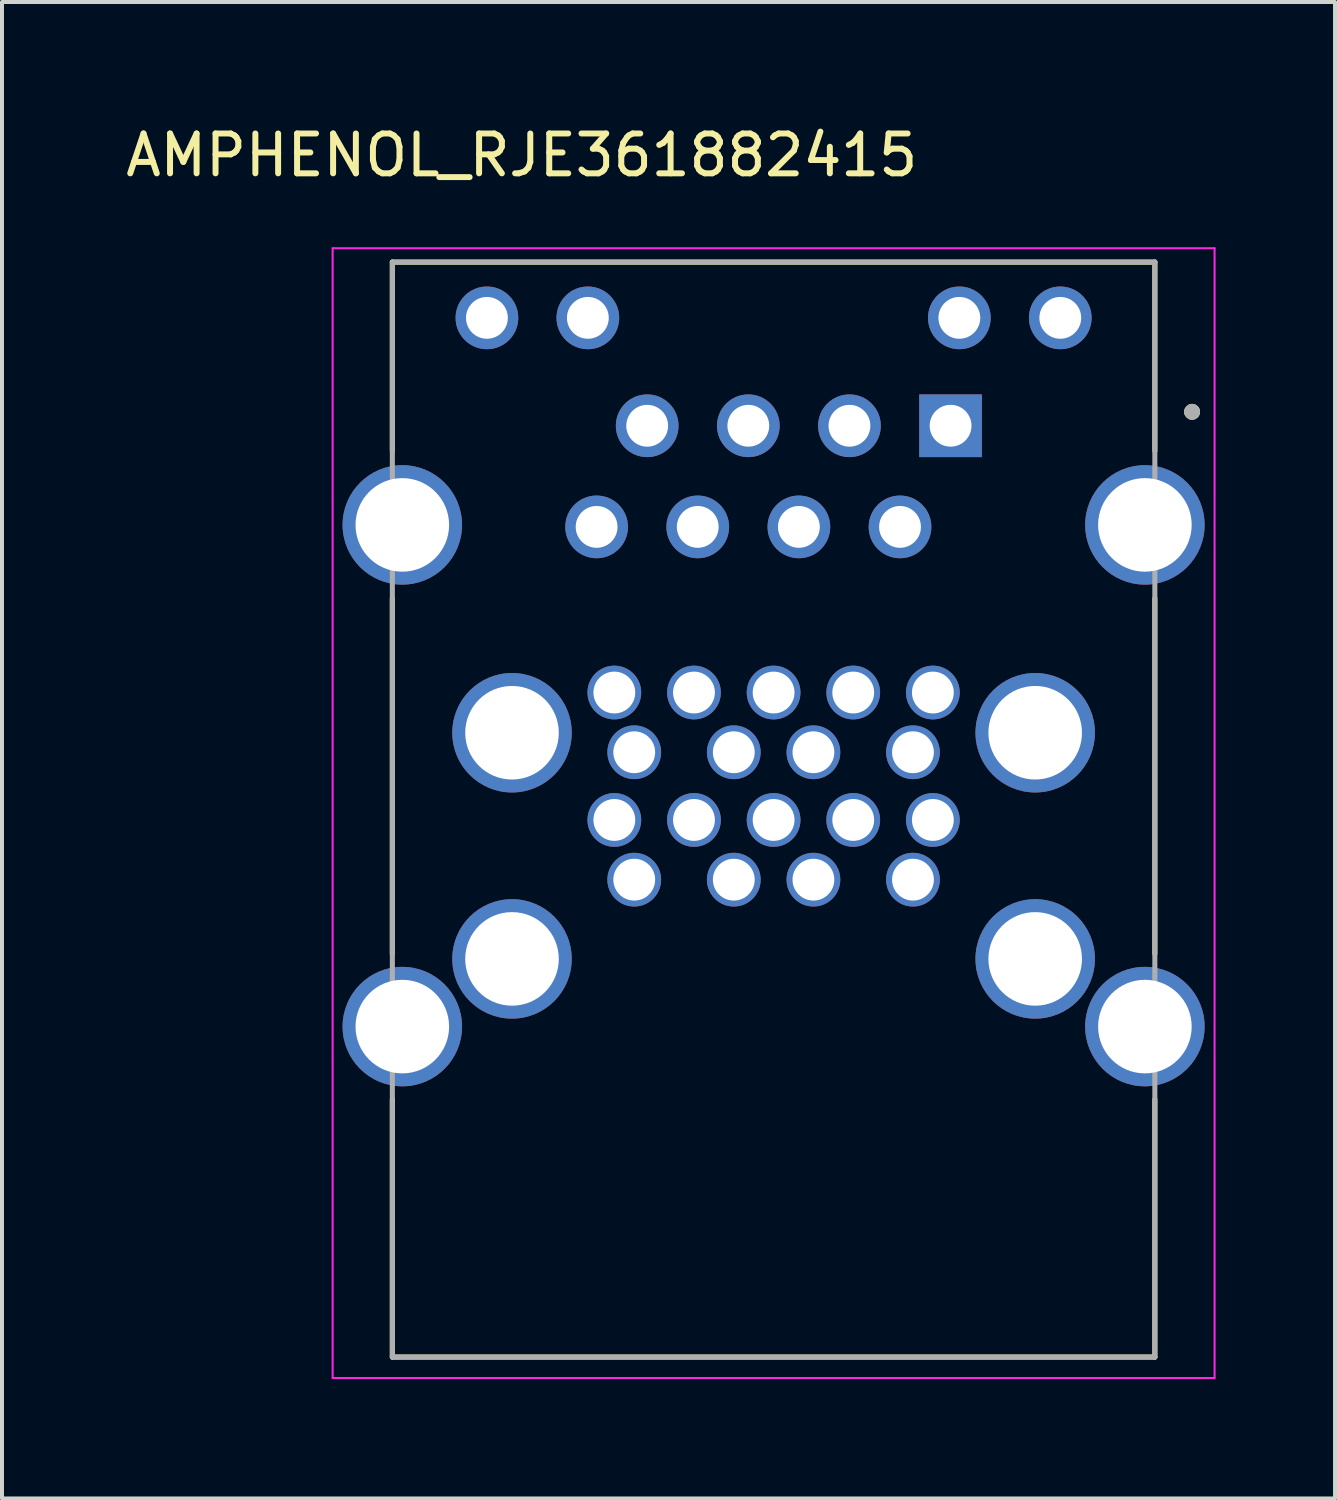
<source format=kicad_pcb>
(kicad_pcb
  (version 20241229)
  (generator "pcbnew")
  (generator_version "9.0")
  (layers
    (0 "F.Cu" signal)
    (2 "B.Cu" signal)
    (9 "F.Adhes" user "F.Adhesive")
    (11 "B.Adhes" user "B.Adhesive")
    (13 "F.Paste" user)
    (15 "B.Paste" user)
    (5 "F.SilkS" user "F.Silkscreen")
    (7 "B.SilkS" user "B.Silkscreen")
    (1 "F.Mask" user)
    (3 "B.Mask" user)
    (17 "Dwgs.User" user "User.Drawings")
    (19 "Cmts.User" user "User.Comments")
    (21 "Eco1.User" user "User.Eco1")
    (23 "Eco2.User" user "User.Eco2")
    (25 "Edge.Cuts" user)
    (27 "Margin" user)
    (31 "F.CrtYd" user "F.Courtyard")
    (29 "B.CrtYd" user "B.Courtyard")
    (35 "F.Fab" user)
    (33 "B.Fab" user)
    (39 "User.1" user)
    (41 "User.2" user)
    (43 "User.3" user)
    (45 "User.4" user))
  (footprint "AMPHENOL_RJE361882415"
    (layer "F.Cu")
    (at 16.379 22.733)
    (property "Reference" "AMPHENOL_RJE361882415" (at -6.325 -21.885 0) (layer "F.SilkS") (effects (font (size 1 1) (thickness 0.15))))
    (attr through_hole)
    (fp_line (start -9.575 -19.2) (end 9.575 -19.2) (stroke (width 0.127) (type solid)) (layer "F.SilkS"))
    (fp_line (start -9.575 -14.458) (end -9.575 -19.2) (stroke (width 0.127) (type solid)) (layer "F.SilkS"))
    (fp_line (start -9.575 -10.752) (end -9.575 -1.828) (stroke (width 0.127) (type solid)) (layer "F.SilkS"))
    (fp_line (start -9.575 8.3) (end -9.575 1.828) (stroke (width 0.127) (type solid)) (layer "F.SilkS"))
    (fp_line (start 9.575 -19.2) (end 9.575 -14.458) (stroke (width 0.127) (type solid)) (layer "F.SilkS"))
    (fp_line (start 9.575 -10.752) (end 9.575 -1.828) (stroke (width 0.127) (type solid)) (layer "F.SilkS"))
    (fp_line (start 9.575 8.3) (end -9.575 8.3) (stroke (width 0.127) (type solid)) (layer "F.SilkS"))
    (fp_line (start 9.575 8.3) (end 9.575 1.828) (stroke (width 0.127) (type solid)) (layer "F.SilkS"))
    (fp_circle (center 10.51 -15.44) (end 10.61 -15.44) (stroke (width 0.2) (type solid)) (fill no) (layer "F.SilkS"))
    (fp_line (start -11.075 -19.55) (end -11.075 8.825) (stroke (width 0.05) (type solid)) (layer "F.CrtYd"))
    (fp_line (start -11.075 8.825) (end 11.075 8.825) (stroke (width 0.05) (type solid)) (layer "F.CrtYd"))
    (fp_line (start 11.075 -19.55) (end -11.075 -19.55) (stroke (width 0.05) (type solid)) (layer "F.CrtYd"))
    (fp_line (start 11.075 8.825) (end 11.075 -19.55) (stroke (width 0.05) (type solid)) (layer "F.CrtYd"))
    (fp_line (start -9.575 -19.2) (end 9.575 -19.2) (stroke (width 0.127) (type solid)) (layer "F.Fab"))
    (fp_line (start -9.575 8.3) (end -9.575 -19.2) (stroke (width 0.127) (type solid)) (layer "F.Fab"))
    (fp_line (start 9.575 -19.2) (end 9.575 8.3) (stroke (width 0.127) (type solid)) (layer "F.Fab"))
    (fp_line (start 9.575 8.3) (end -9.575 8.3) (stroke (width 0.127) (type solid)) (layer "F.Fab"))
    (fp_circle (center 10.51 -15.44) (end 10.61 -15.44) (stroke (width 0.2) (type solid)) (fill no) (layer "F.Fab"))
    (pad "1" thru_hole rect (at 4.445 -15.09) (size 1.575 1.575) (drill 1.05) (layers "*.Cu" "*.Mask"))
    (pad "2" thru_hole circle (at 3.175 -12.55) (size 1.575 1.575) (drill 1.05) (layers "*.Cu" "*.Mask"))
    (pad "3" thru_hole circle (at 1.905 -15.09) (size 1.575 1.575) (drill 1.05) (layers "*.Cu" "*.Mask"))
    (pad "4" thru_hole circle (at 0.635 -12.55) (size 1.575 1.575) (drill 1.05) (layers "*.Cu" "*.Mask"))
    (pad "5" thru_hole circle (at -0.635 -15.09) (size 1.575 1.575) (drill 1.05) (layers "*.Cu" "*.Mask"))
    (pad "6" thru_hole circle (at -1.905 -12.55) (size 1.575 1.575) (drill 1.05) (layers "*.Cu" "*.Mask"))
    (pad "7" thru_hole circle (at -3.175 -15.09) (size 1.575 1.575) (drill 1.05) (layers "*.Cu" "*.Mask"))
    (pad "8" thru_hole circle (at -4.445 -12.55) (size 1.575 1.575) (drill 1.05) (layers "*.Cu" "*.Mask"))
    (pad "D1" thru_hole circle (at -7.2 -17.8) (size 1.575 1.575) (drill 1.05) (layers "*.Cu" "*.Mask"))
    (pad "D2" thru_hole circle (at -4.665 -17.8) (size 1.575 1.575) (drill 1.05) (layers "*.Cu" "*.Mask"))
    (pad "D3" thru_hole circle (at 4.665 -17.8) (size 1.575 1.575) (drill 1.05) (layers "*.Cu" "*.Mask"))
    (pad "D4" thru_hole circle (at 7.2 -17.8) (size 1.575 1.575) (drill 1.05) (layers "*.Cu" "*.Mask"))
    (pad "SH1" thru_hole circle (at -9.325 -12.6) (size 3 3) (drill 2.35) (layers "*.Cu" "*.Mask"))
    (pad "SH2" thru_hole circle (at 9.325 -12.6) (size 3 3) (drill 2.35) (layers "*.Cu" "*.Mask"))
    (pad "SH3" thru_hole circle (at -6.57 -1.7) (size 3 3) (drill 2.35) (layers "*.Cu" "*.Mask"))
    (pad "SH4" thru_hole circle (at 6.57 -1.7) (size 3 3) (drill 2.35) (layers "*.Cu" "*.Mask"))
    (pad "SH5" thru_hole circle (at -9.325 0) (size 3 3) (drill 2.35) (layers "*.Cu" "*.Mask"))
    (pad "SH6" thru_hole circle (at 9.325 0) (size 3 3) (drill 2.35) (layers "*.Cu" "*.Mask"))
    (pad "SH7" thru_hole circle (at -6.57 -7.38) (size 3 3) (drill 2.35) (layers "*.Cu" "*.Mask"))
    (pad "SH8" thru_hole circle (at 6.57 -7.38) (size 3 3) (drill 2.35) (layers "*.Cu" "*.Mask"))
    (pad "U1" thru_hole circle (at -3.5 -3.69) (size 1.35 1.35) (drill 1.05) (layers "*.Cu" "*.Mask"))
    (pad "U2" thru_hole circle (at -1 -3.69) (size 1.35 1.35) (drill 1.05) (layers "*.Cu" "*.Mask"))
    (pad "U3" thru_hole circle (at 1 -3.69) (size 1.35 1.35) (drill 1.05) (layers "*.Cu" "*.Mask"))
    (pad "U4" thru_hole circle (at 3.5 -3.69) (size 1.35 1.35) (drill 1.05) (layers "*.Cu" "*.Mask"))
    (pad "U5" thru_hole circle (at -4 -5.19) (size 1.35 1.35) (drill 1.05) (layers "*.Cu" "*.Mask"))
    (pad "U6" thru_hole circle (at -2 -5.19) (size 1.35 1.35) (drill 1.05) (layers "*.Cu" "*.Mask"))
    (pad "U7" thru_hole circle (at 0 -5.19) (size 1.35 1.35) (drill 1.05) (layers "*.Cu" "*.Mask"))
    (pad "U8" thru_hole circle (at 2 -5.19) (size 1.35 1.35) (drill 1.05) (layers "*.Cu" "*.Mask"))
    (pad "U9" thru_hole circle (at 4 -5.19) (size 1.35 1.35) (drill 1.05) (layers "*.Cu" "*.Mask"))
    (pad "U10" thru_hole circle (at -3.5 -6.89) (size 1.35 1.35) (drill 1.05) (layers "*.Cu" "*.Mask"))
    (pad "U11" thru_hole circle (at -1 -6.89) (size 1.35 1.35) (drill 1.05) (layers "*.Cu" "*.Mask"))
    (pad "U12" thru_hole circle (at 1 -6.89) (size 1.35 1.35) (drill 1.05) (layers "*.Cu" "*.Mask"))
    (pad "U13" thru_hole circle (at 3.5 -6.89) (size 1.35 1.35) (drill 1.05) (layers "*.Cu" "*.Mask"))
    (pad "U14" thru_hole circle (at -4 -8.39) (size 1.35 1.35) (drill 1.05) (layers "*.Cu" "*.Mask"))
    (pad "U15" thru_hole circle (at -2 -8.39) (size 1.35 1.35) (drill 1.05) (layers "*.Cu" "*.Mask"))
    (pad "U16" thru_hole circle (at 0 -8.39) (size 1.35 1.35) (drill 1.05) (layers "*.Cu" "*.Mask"))
    (pad "U17" thru_hole circle (at 2 -8.39) (size 1.35 1.35) (drill 1.05) (layers "*.Cu" "*.Mask"))
    (pad "U18" thru_hole circle (at 4 -8.39) (size 1.35 1.35) (drill 1.05) (layers "*.Cu" "*.Mask")))
  (gr_rect
    (start -3 -3)
    (end 30.479 34.583)
    (stroke (width 0.1) (type default))
    (fill no)
    (layer "Edge.Cuts")))
</source>
